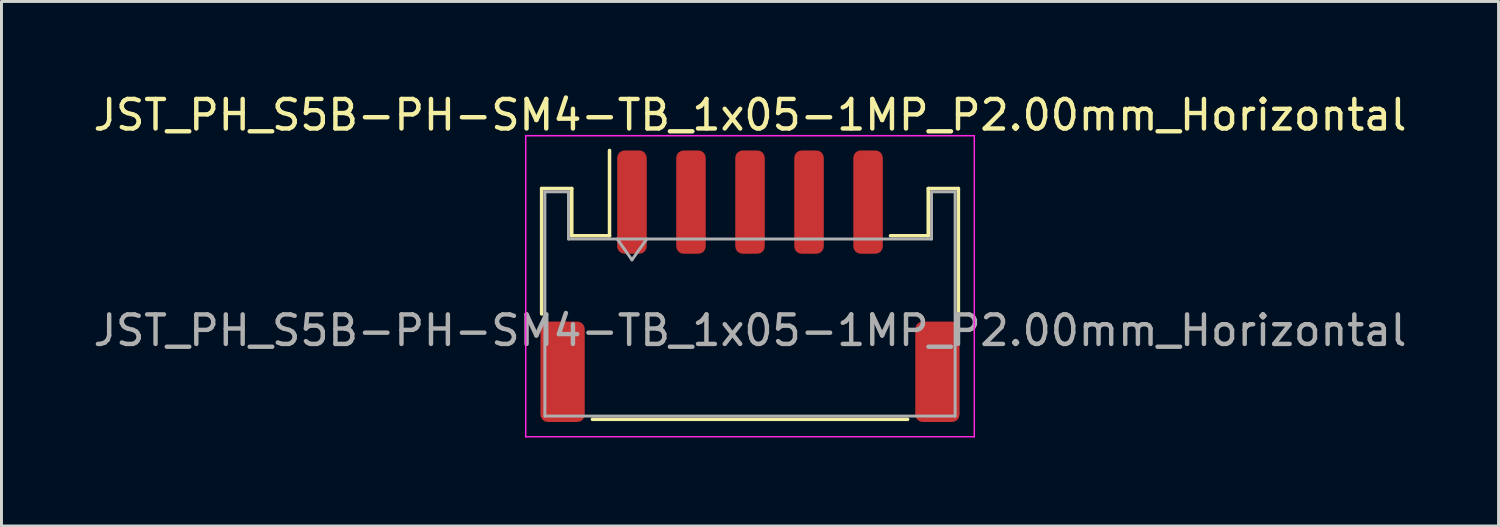
<source format=kicad_pcb>
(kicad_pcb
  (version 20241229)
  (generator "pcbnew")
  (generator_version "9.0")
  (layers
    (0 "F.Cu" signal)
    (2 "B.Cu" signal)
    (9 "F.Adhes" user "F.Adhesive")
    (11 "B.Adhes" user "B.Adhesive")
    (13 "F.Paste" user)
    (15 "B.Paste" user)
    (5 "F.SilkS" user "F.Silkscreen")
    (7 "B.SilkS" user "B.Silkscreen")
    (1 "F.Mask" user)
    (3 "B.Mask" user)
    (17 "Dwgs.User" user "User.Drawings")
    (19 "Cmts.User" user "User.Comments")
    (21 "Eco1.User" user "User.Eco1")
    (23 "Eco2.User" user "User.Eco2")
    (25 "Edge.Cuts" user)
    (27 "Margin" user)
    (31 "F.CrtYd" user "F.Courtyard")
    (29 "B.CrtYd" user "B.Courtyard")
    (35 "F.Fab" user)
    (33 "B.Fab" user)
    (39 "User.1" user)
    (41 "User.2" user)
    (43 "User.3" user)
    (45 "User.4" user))
  (footprint "JST_PH_S5B-PH-SM4-TB_1x05-1MP_P2.00mm_Horizontal"
    (layer "F.Cu")
    (at 22.363 6.648)
    (property "Reference" "JST_PH_S5B-PH-SM4-TB_1x05-1MP_P2.00mm_Horizontal" (at 0 -5.8 0) (layer "F.SilkS") (effects (font (size 1 1) (thickness 0.15))))
    (attr smd)
    (fp_line (start -7.06 -3.31) (end -6.04 -3.31) (stroke (width 0.12) (type solid)) (layer "F.SilkS"))
    (fp_line (start -7.06 0.94) (end -7.06 -3.31) (stroke (width 0.12) (type solid)) (layer "F.SilkS"))
    (fp_line (start -6.04 -3.31) (end -6.04 -1.71) (stroke (width 0.12) (type solid)) (layer "F.SilkS"))
    (fp_line (start -6.04 -1.71) (end -4.76 -1.71) (stroke (width 0.12) (type solid)) (layer "F.SilkS"))
    (fp_line (start -5.34 4.51) (end 5.34 4.51) (stroke (width 0.12) (type solid)) (layer "F.SilkS"))
    (fp_line (start -4.76 -1.71) (end -4.76 -4.6) (stroke (width 0.12) (type solid)) (layer "F.SilkS"))
    (fp_line (start 6.04 -3.31) (end 6.04 -1.71) (stroke (width 0.12) (type solid)) (layer "F.SilkS"))
    (fp_line (start 6.04 -1.71) (end 4.76 -1.71) (stroke (width 0.12) (type solid)) (layer "F.SilkS"))
    (fp_line (start 7.06 -3.31) (end 6.04 -3.31) (stroke (width 0.12) (type solid)) (layer "F.SilkS"))
    (fp_line (start 7.06 0.94) (end 7.06 -3.31) (stroke (width 0.12) (type solid)) (layer "F.SilkS"))
    (fp_line (start -7.6 -5.1) (end -7.6 5.1) (stroke (width 0.05) (type solid)) (layer "F.CrtYd"))
    (fp_line (start -7.6 5.1) (end 7.6 5.1) (stroke (width 0.05) (type solid)) (layer "F.CrtYd"))
    (fp_line (start 7.6 -5.1) (end -7.6 -5.1) (stroke (width 0.05) (type solid)) (layer "F.CrtYd"))
    (fp_line (start 7.6 5.1) (end 7.6 -5.1) (stroke (width 0.05) (type solid)) (layer "F.CrtYd"))
    (fp_line (start -6.95 -3.2) (end -6.95 4.4) (stroke (width 0.1) (type solid)) (layer "F.Fab"))
    (fp_line (start -6.95 -3.2) (end -6.15 -3.2) (stroke (width 0.1) (type solid)) (layer "F.Fab"))
    (fp_line (start -6.95 4.4) (end 6.95 4.4) (stroke (width 0.1) (type solid)) (layer "F.Fab"))
    (fp_line (start -6.15 -3.2) (end -6.15 -1.6) (stroke (width 0.1) (type solid)) (layer "F.Fab"))
    (fp_line (start -6.15 -1.6) (end 6.15 -1.6) (stroke (width 0.1) (type solid)) (layer "F.Fab"))
    (fp_line (start -4.5 -1.6) (end -4 -0.893) (stroke (width 0.1) (type solid)) (layer "F.Fab"))
    (fp_line (start -4 -0.893) (end -3.5 -1.6) (stroke (width 0.1) (type solid)) (layer "F.Fab"))
    (fp_line (start 6.15 -3.2) (end 6.95 -3.2) (stroke (width 0.1) (type solid)) (layer "F.Fab"))
    (fp_line (start 6.15 -1.6) (end 6.15 -3.2) (stroke (width 0.1) (type solid)) (layer "F.Fab"))
    (fp_line (start 6.95 -3.2) (end 6.95 4.4) (stroke (width 0.1) (type solid)) (layer "F.Fab"))
    (fp_text user "${REFERENCE}" (at 0 1.5 0) (layer "F.Fab") (effects (font (size 1 1) (thickness 0.15))))
    (pad "1" smd roundrect (at -4 -2.85) (size 1 3.5) (layers "F.Cu" "F.Mask" "F.Paste") (roundrect_rratio 0.25))
    (pad "2" smd roundrect (at 4 -2.85) (size 1 3.5) (layers "F.Cu" "F.Mask" "F.Paste") (roundrect_rratio 0.25))
    (pad "3" smd roundrect (at 0 -2.85) (size 1 3.5) (layers "F.Cu" "F.Mask" "F.Paste") (roundrect_rratio 0.25))
    (pad "4" smd roundrect (at 2 -2.85) (size 1 3.5) (layers "F.Cu" "F.Mask" "F.Paste") (roundrect_rratio 0.25))
    (pad "5" smd roundrect (at -2 -2.85) (size 1 3.5) (layers "F.Cu" "F.Mask" "F.Paste") (roundrect_rratio 0.25))
    (pad "MP" smd roundrect (at -6.35 2.9) (size 1.5 3.4) (layers "F.Cu" "F.Mask" "F.Paste") (roundrect_rratio 0.167))
    (pad "MP" smd roundrect (at 6.35 2.9) (size 1.5 3.4) (layers "F.Cu" "F.Mask" "F.Paste") (roundrect_rratio 0.167)))
  (gr_rect
    (start -3 -3)
    (end 47.726 14.773)
    (stroke (width 0.1) (type default))
    (fill no)
    (layer "Edge.Cuts")))
</source>
